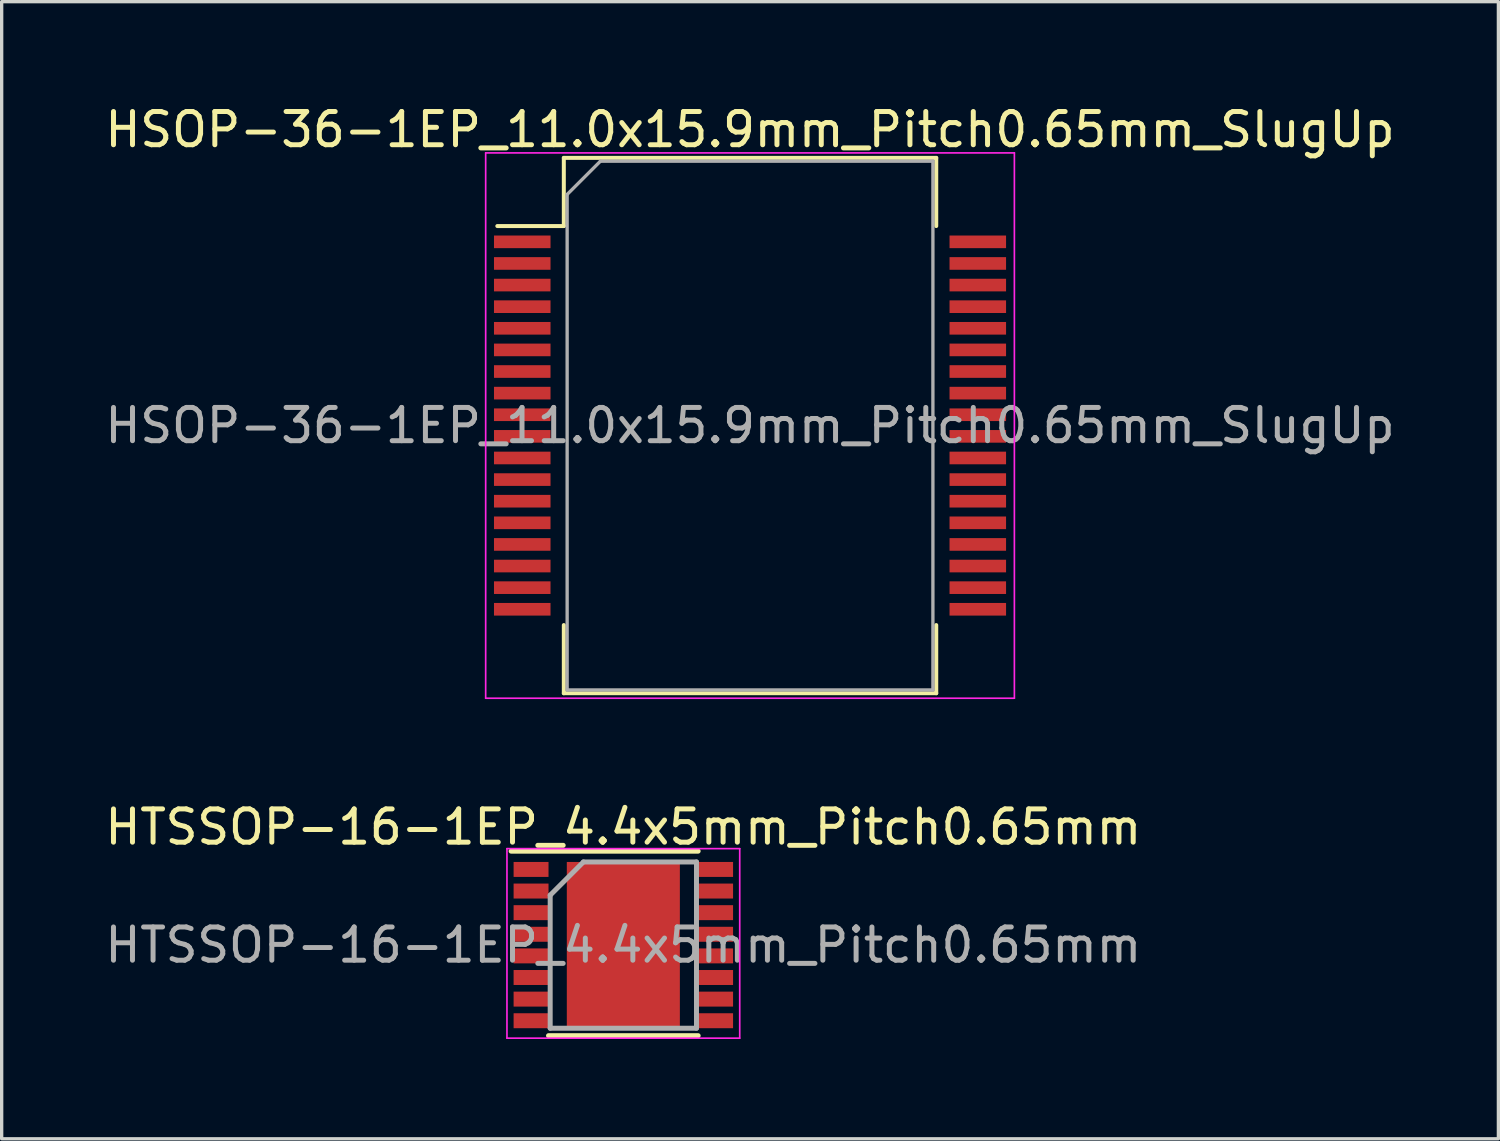
<source format=kicad_pcb>
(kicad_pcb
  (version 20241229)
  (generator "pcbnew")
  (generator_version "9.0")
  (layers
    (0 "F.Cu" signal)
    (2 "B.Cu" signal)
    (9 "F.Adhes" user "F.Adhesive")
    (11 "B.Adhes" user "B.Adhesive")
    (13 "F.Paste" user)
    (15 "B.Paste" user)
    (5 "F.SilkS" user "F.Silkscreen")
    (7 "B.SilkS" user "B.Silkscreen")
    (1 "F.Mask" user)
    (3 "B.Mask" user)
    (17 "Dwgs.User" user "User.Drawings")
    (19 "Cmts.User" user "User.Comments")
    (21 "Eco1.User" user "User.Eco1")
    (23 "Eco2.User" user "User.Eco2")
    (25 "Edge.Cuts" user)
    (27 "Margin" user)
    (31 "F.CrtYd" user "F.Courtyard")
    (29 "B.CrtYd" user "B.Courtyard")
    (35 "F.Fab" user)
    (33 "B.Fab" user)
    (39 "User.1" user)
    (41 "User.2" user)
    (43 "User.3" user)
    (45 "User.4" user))
  (footprint "HSOP-36-1EP_11.0x15.9mm_Pitch0.65mm_SlugUp"
    (layer "F.Cu")
    (at 19.506 9.748)
    (property "Reference" "HSOP-36-1EP_11.0x15.9mm_Pitch0.65mm_SlugUp" (at 0 -8.9 0) (layer "F.SilkS") (effects (font (size 1 1) (thickness 0.15))))
    (attr smd)
    (fp_line (start -5.6 -8.05) (end -5.6 -6) (stroke (width 0.12) (type solid)) (layer "F.SilkS"))
    (fp_line (start -5.6 -6) (end -7.6 -6) (stroke (width 0.12) (type solid)) (layer "F.SilkS"))
    (fp_line (start -5.6 8.05) (end -5.6 6) (stroke (width 0.12) (type solid)) (layer "F.SilkS"))
    (fp_line (start 5.6 -8.05) (end -5.6 -8.05) (stroke (width 0.12) (type solid)) (layer "F.SilkS"))
    (fp_line (start 5.6 -8.05) (end 5.6 -6) (stroke (width 0.12) (type solid)) (layer "F.SilkS"))
    (fp_line (start 5.6 8.05) (end -5.6 8.05) (stroke (width 0.12) (type solid)) (layer "F.SilkS"))
    (fp_line (start 5.6 8.05) (end 5.6 6) (stroke (width 0.12) (type solid)) (layer "F.SilkS"))
    (fp_line (start -7.95 -8.2) (end -7.95 8.2) (stroke (width 0.05) (type solid)) (layer "F.CrtYd"))
    (fp_line (start -7.95 -8.2) (end 7.95 -8.2) (stroke (width 0.05) (type solid)) (layer "F.CrtYd"))
    (fp_line (start 7.95 8.2) (end -7.95 8.2) (stroke (width 0.05) (type solid)) (layer "F.CrtYd"))
    (fp_line (start 7.95 8.2) (end 7.95 -8.2) (stroke (width 0.05) (type solid)) (layer "F.CrtYd"))
    (fp_line (start -5.5 -6.95) (end -5.5 7.95) (stroke (width 0.1) (type solid)) (layer "F.Fab"))
    (fp_line (start -5.5 7.95) (end 5.5 7.95) (stroke (width 0.1) (type solid)) (layer "F.Fab"))
    (fp_line (start -4.5 -7.95) (end -5.5 -6.95) (stroke (width 0.1) (type solid)) (layer "F.Fab"))
    (fp_line (start 5.5 -7.95) (end -4.5 -7.95) (stroke (width 0.1) (type solid)) (layer "F.Fab"))
    (fp_line (start 5.5 7.95) (end 5.5 -7.95) (stroke (width 0.1) (type solid)) (layer "F.Fab"))
    (fp_text user "${REFERENCE}" (at 0 0 0) (layer "F.Fab") (effects (font (size 1 1) (thickness 0.15))))
    (pad "1" smd rect (at -6.85 -5.525) (size 1.7 0.38) (layers "F.Cu" "F.Mask" "F.Paste"))
    (pad "2" smd rect (at -6.85 -4.875) (size 1.7 0.38) (layers "F.Cu" "F.Mask" "F.Paste"))
    (pad "3" smd rect (at -6.85 -4.225) (size 1.7 0.38) (layers "F.Cu" "F.Mask" "F.Paste"))
    (pad "4" smd rect (at -6.85 -3.575) (size 1.7 0.38) (layers "F.Cu" "F.Mask" "F.Paste"))
    (pad "5" smd rect (at -6.85 -2.925) (size 1.7 0.38) (layers "F.Cu" "F.Mask" "F.Paste"))
    (pad "6" smd rect (at -6.85 -2.275) (size 1.7 0.38) (layers "F.Cu" "F.Mask" "F.Paste"))
    (pad "7" smd rect (at -6.85 -1.625) (size 1.7 0.38) (layers "F.Cu" "F.Mask" "F.Paste"))
    (pad "8" smd rect (at -6.85 -0.975) (size 1.7 0.38) (layers "F.Cu" "F.Mask" "F.Paste"))
    (pad "9" smd rect (at -6.85 -0.325) (size 1.7 0.38) (layers "F.Cu" "F.Mask" "F.Paste"))
    (pad "10" smd rect (at -6.85 0.325) (size 1.7 0.38) (layers "F.Cu" "F.Mask" "F.Paste"))
    (pad "11" smd rect (at -6.85 0.975) (size 1.7 0.38) (layers "F.Cu" "F.Mask" "F.Paste"))
    (pad "12" smd rect (at -6.85 1.625) (size 1.7 0.38) (layers "F.Cu" "F.Mask" "F.Paste"))
    (pad "13" smd rect (at -6.85 2.275) (size 1.7 0.38) (layers "F.Cu" "F.Mask" "F.Paste"))
    (pad "14" smd rect (at -6.85 2.925) (size 1.7 0.38) (layers "F.Cu" "F.Mask" "F.Paste"))
    (pad "15" smd rect (at -6.85 3.575) (size 1.7 0.38) (layers "F.Cu" "F.Mask" "F.Paste"))
    (pad "16" smd rect (at -6.85 4.225) (size 1.7 0.38) (layers "F.Cu" "F.Mask" "F.Paste"))
    (pad "17" smd rect (at -6.85 4.875) (size 1.7 0.38) (layers "F.Cu" "F.Mask" "F.Paste"))
    (pad "18" smd rect (at -6.85 5.525) (size 1.7 0.38) (layers "F.Cu" "F.Mask" "F.Paste"))
    (pad "19" smd rect (at 6.85 5.525) (size 1.7 0.38) (layers "F.Cu" "F.Mask" "F.Paste"))
    (pad "20" smd rect (at 6.85 4.875) (size 1.7 0.38) (layers "F.Cu" "F.Mask" "F.Paste"))
    (pad "21" smd rect (at 6.85 4.225) (size 1.7 0.38) (layers "F.Cu" "F.Mask" "F.Paste"))
    (pad "22" smd rect (at 6.85 3.575) (size 1.7 0.38) (layers "F.Cu" "F.Mask" "F.Paste"))
    (pad "23" smd rect (at 6.85 2.925) (size 1.7 0.38) (layers "F.Cu" "F.Mask" "F.Paste"))
    (pad "24" smd rect (at 6.85 2.275) (size 1.7 0.38) (layers "F.Cu" "F.Mask" "F.Paste"))
    (pad "25" smd rect (at 6.85 1.625) (size 1.7 0.38) (layers "F.Cu" "F.Mask" "F.Paste"))
    (pad "26" smd rect (at 6.85 0.975) (size 1.7 0.38) (layers "F.Cu" "F.Mask" "F.Paste"))
    (pad "27" smd rect (at 6.85 0.325) (size 1.7 0.38) (layers "F.Cu" "F.Mask" "F.Paste"))
    (pad "28" smd rect (at 6.85 -0.325) (size 1.7 0.38) (layers "F.Cu" "F.Mask" "F.Paste"))
    (pad "29" smd rect (at 6.85 -0.975) (size 1.7 0.38) (layers "F.Cu" "F.Mask" "F.Paste"))
    (pad "30" smd rect (at 6.85 -1.625) (size 1.7 0.38) (layers "F.Cu" "F.Mask" "F.Paste"))
    (pad "31" smd rect (at 6.85 -2.275) (size 1.7 0.38) (layers "F.Cu" "F.Mask" "F.Paste"))
    (pad "32" smd rect (at 6.85 -2.925) (size 1.7 0.38) (layers "F.Cu" "F.Mask" "F.Paste"))
    (pad "33" smd rect (at 6.85 -3.575) (size 1.7 0.38) (layers "F.Cu" "F.Mask" "F.Paste"))
    (pad "34" smd rect (at 6.85 -4.225) (size 1.7 0.38) (layers "F.Cu" "F.Mask" "F.Paste"))
    (pad "35" smd rect (at 6.85 -4.875) (size 1.7 0.38) (layers "F.Cu" "F.Mask" "F.Paste"))
    (pad "36" smd rect (at 6.85 -5.525) (size 1.7 0.38) (layers "F.Cu" "F.Mask" "F.Paste")))
  (footprint "HTSSOP-16-1EP_4.4x5mm_Pitch0.65mm"
    (layer "F.Cu")
    (at 15.696 25.372)
    (property "Reference" "HTSSOP-16-1EP_4.4x5mm_Pitch0.65mm" (at 0 -3.55 0) (layer "F.SilkS") (effects (font (size 1 1) (thickness 0.15))))
    (attr smd)
    (fp_line (start -3.375 -2.825) (end 2.25 -2.825) (stroke (width 0.15) (type solid)) (layer "F.SilkS"))
    (fp_line (start -2.25 2.725) (end 2.25 2.725) (stroke (width 0.15) (type solid)) (layer "F.SilkS"))
    (fp_line (start -3.5 -2.9) (end -3.5 2.8) (stroke (width 0.05) (type solid)) (layer "F.CrtYd"))
    (fp_line (start -3.5 -2.9) (end 3.5 -2.9) (stroke (width 0.05) (type solid)) (layer "F.CrtYd"))
    (fp_line (start -3.5 2.8) (end 3.5 2.8) (stroke (width 0.05) (type solid)) (layer "F.CrtYd"))
    (fp_line (start 3.5 -2.9) (end 3.5 2.8) (stroke (width 0.05) (type solid)) (layer "F.CrtYd"))
    (fp_line (start -2.2 -1.5) (end -1.2 -2.5) (stroke (width 0.15) (type solid)) (layer "F.Fab"))
    (fp_line (start -2.2 2.5) (end -2.2 -1.5) (stroke (width 0.15) (type solid)) (layer "F.Fab"))
    (fp_line (start -1.2 -2.5) (end 2.2 -2.5) (stroke (width 0.15) (type solid)) (layer "F.Fab"))
    (fp_line (start 2.2 -2.5) (end 2.2 2.5) (stroke (width 0.15) (type solid)) (layer "F.Fab"))
    (fp_line (start 2.2 2.5) (end -2.2 2.5) (stroke (width 0.15) (type solid)) (layer "F.Fab"))
    (fp_text user "${REFERENCE}" (at 0 0 0) (layer "F.Fab") (effects (font (size 1 1) (thickness 0.15))))
    (pad "1" smd rect (at -2.775 -2.275) (size 1.05 0.45) (layers "F.Cu" "F.Mask" "F.Paste"))
    (pad "2" smd rect (at -2.775 -1.625) (size 1.05 0.45) (layers "F.Cu" "F.Mask" "F.Paste"))
    (pad "3" smd rect (at -2.775 -0.975) (size 1.05 0.45) (layers "F.Cu" "F.Mask" "F.Paste"))
    (pad "4" smd rect (at -2.775 -0.325) (size 1.05 0.45) (layers "F.Cu" "F.Mask" "F.Paste"))
    (pad "5" smd rect (at -2.775 0.325) (size 1.05 0.45) (layers "F.Cu" "F.Mask" "F.Paste"))
    (pad "6" smd rect (at -2.775 0.975) (size 1.05 0.45) (layers "F.Cu" "F.Mask" "F.Paste"))
    (pad "7" smd rect (at -2.775 1.625) (size 1.05 0.45) (layers "F.Cu" "F.Mask" "F.Paste"))
    (pad "8" smd rect (at -2.775 2.275) (size 1.05 0.45) (layers "F.Cu" "F.Mask" "F.Paste"))
    (pad "9" smd rect (at 2.775 2.275) (size 1.05 0.45) (layers "F.Cu" "F.Mask" "F.Paste"))
    (pad "10" smd rect (at 2.775 1.625) (size 1.05 0.45) (layers "F.Cu" "F.Mask" "F.Paste"))
    (pad "11" smd rect (at 2.775 0.975) (size 1.05 0.45) (layers "F.Cu" "F.Mask" "F.Paste"))
    (pad "12" smd rect (at 2.775 0.325) (size 1.05 0.45) (layers "F.Cu" "F.Mask" "F.Paste"))
    (pad "13" smd rect (at 2.775 -0.325) (size 1.05 0.45) (layers "F.Cu" "F.Mask" "F.Paste"))
    (pad "14" smd rect (at 2.775 -0.975) (size 1.05 0.45) (layers "F.Cu" "F.Mask" "F.Paste"))
    (pad "15" smd rect (at 2.775 -1.625) (size 1.05 0.45) (layers "F.Cu" "F.Mask" "F.Paste"))
    (pad "16" smd rect (at 2.775 -2.275) (size 1.05 0.45) (layers "F.Cu" "F.Mask" "F.Paste"))
    (pad "17" smd rect (at 0 0) (size 3.4 5) (layers "F.Cu" "F.Mask" "F.Paste")))
  (gr_rect
    (start -3 -3)
    (end 42.012 31.197)
    (stroke (width 0.1) (type default))
    (fill no)
    (layer "Edge.Cuts")))
</source>
